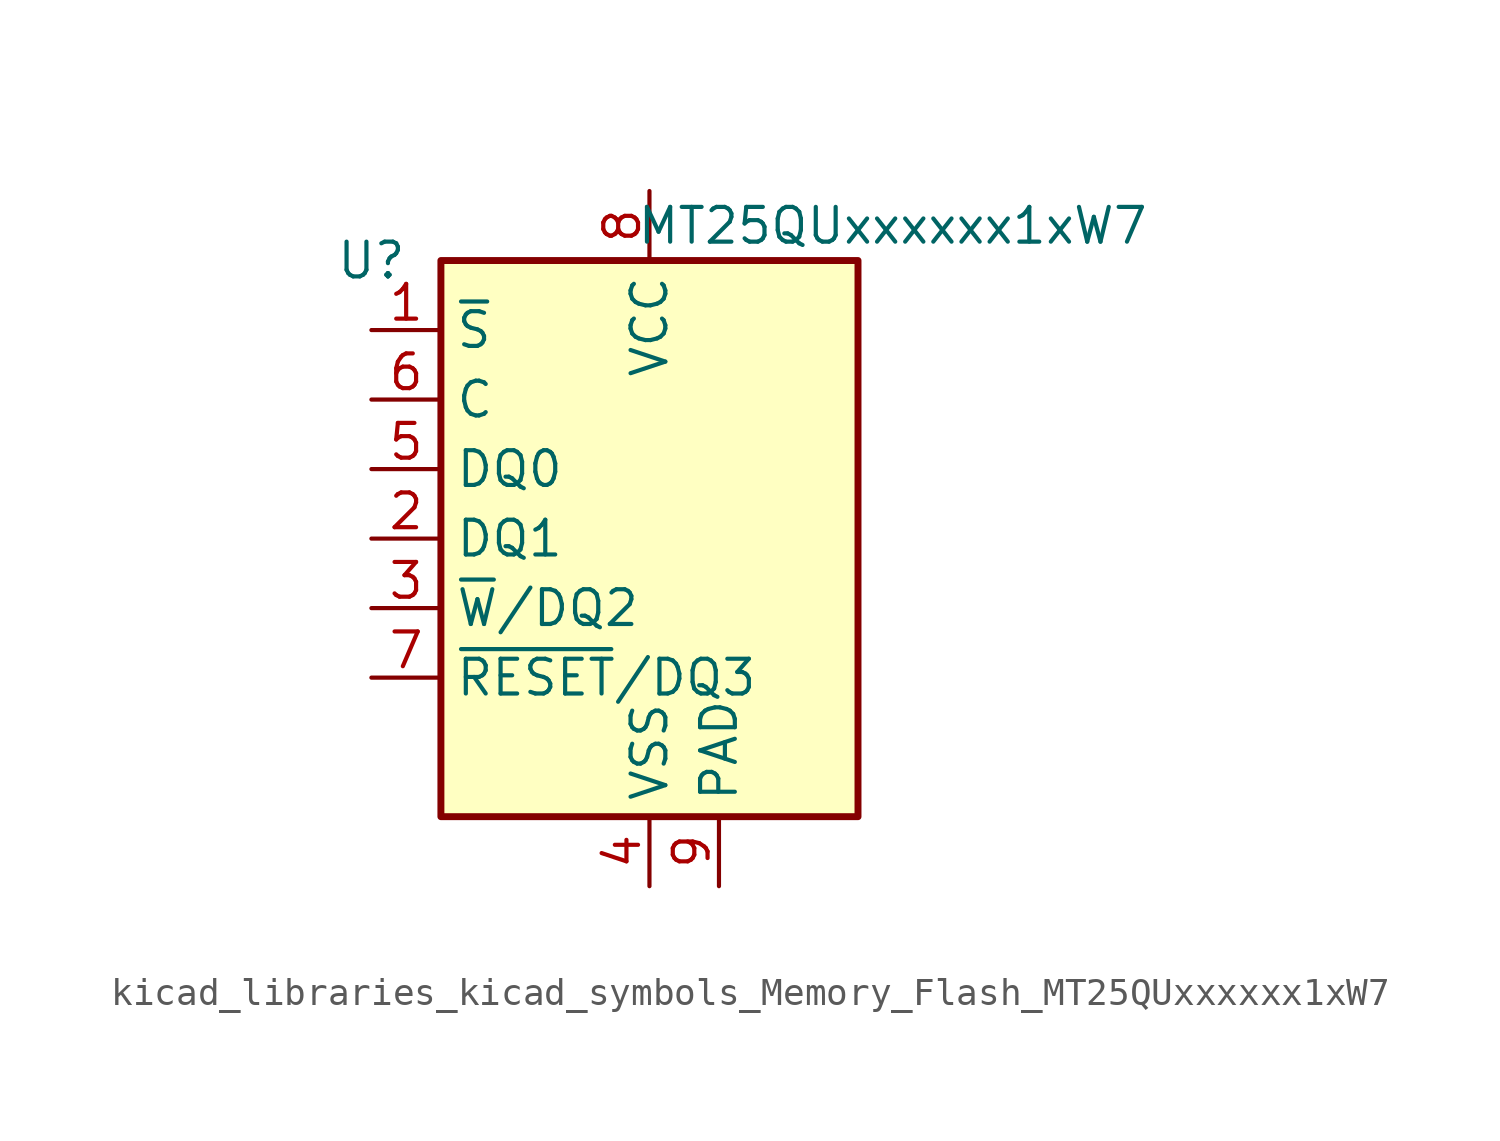
<source format=kicad_sym>
(kicad_symbol_lib
  (version 20220914)
  (generator kicad_symbol_editor)
  (symbol "kicad_libraries_kicad_symbols_Memory_Flash_MT25QUxxxxxx1xW7"
    (property "Reference" "U"
      (at -10.16 10.16 0)
      (effects (font (size 1.27 1.27))))
    (property "Value" "MT25QUxxxxxx1xW7"
      (at 8.89 11.43 0)
      (effects (font (size 1.27 1.27))))
    (symbol "kicad_libraries_kicad_symbols_Memory_Flash_MT25QUxxxxxx1xW7_0_1"
      (rectangle (start -7.62 10.16) (end 7.62 -10.16) (stroke (width 0.254) (type default)) (fill (type background))))
    (symbol "kicad_libraries_kicad_symbols_Memory_Flash_MT25QUxxxxxx1xW7_1_1"
      (pin input line (at -10.16 7.62 0) (length 2.54) (name "~{S}" (effects (font (size 1.27 1.27)))) (number "1" (effects (font (size 1.27 1.27)))))
      (pin bidirectional line (at -10.16 0 0) (length 2.54) (name "DQ1" (effects (font (size 1.27 1.27)))) (number "2" (effects (font (size 1.27 1.27)))))
      (pin input line (at -10.16 -2.54 0) (length 2.54) (name "~{W}/DQ2" (effects (font (size 1.27 1.27)))) (number "3" (effects (font (size 1.27 1.27)))))
      (pin power_in line (at 0 -12.7 90) (length 2.54) (name "VSS" (effects (font (size 1.27 1.27)))) (number "4" (effects (font (size 1.27 1.27)))))
      (pin bidirectional line (at -10.16 2.54 0) (length 2.54) (name "DQ0" (effects (font (size 1.27 1.27)))) (number "5" (effects (font (size 1.27 1.27)))))
      (pin input line (at -10.16 5.08 0) (length 2.54) (name "C" (effects (font (size 1.27 1.27)))) (number "6" (effects (font (size 1.27 1.27)))))
      (pin input line (at -10.16 -5.08 0) (length 2.54) (name "~{RESET}/DQ3" (effects (font (size 1.27 1.27)))) (number "7" (effects (font (size 1.27 1.27)))))
      (pin power_in line (at 0 12.7 270) (length 2.54) (name "VCC" (effects (font (size 1.27 1.27)))) (number "8" (effects (font (size 1.27 1.27)))))
      (pin power_in line (at 2.54 -12.7 90) (length 2.54) (name "PAD" (effects (font (size 1.27 1.27)))) (number "9" (effects (font (size 1.27 1.27))))))))
</source>
